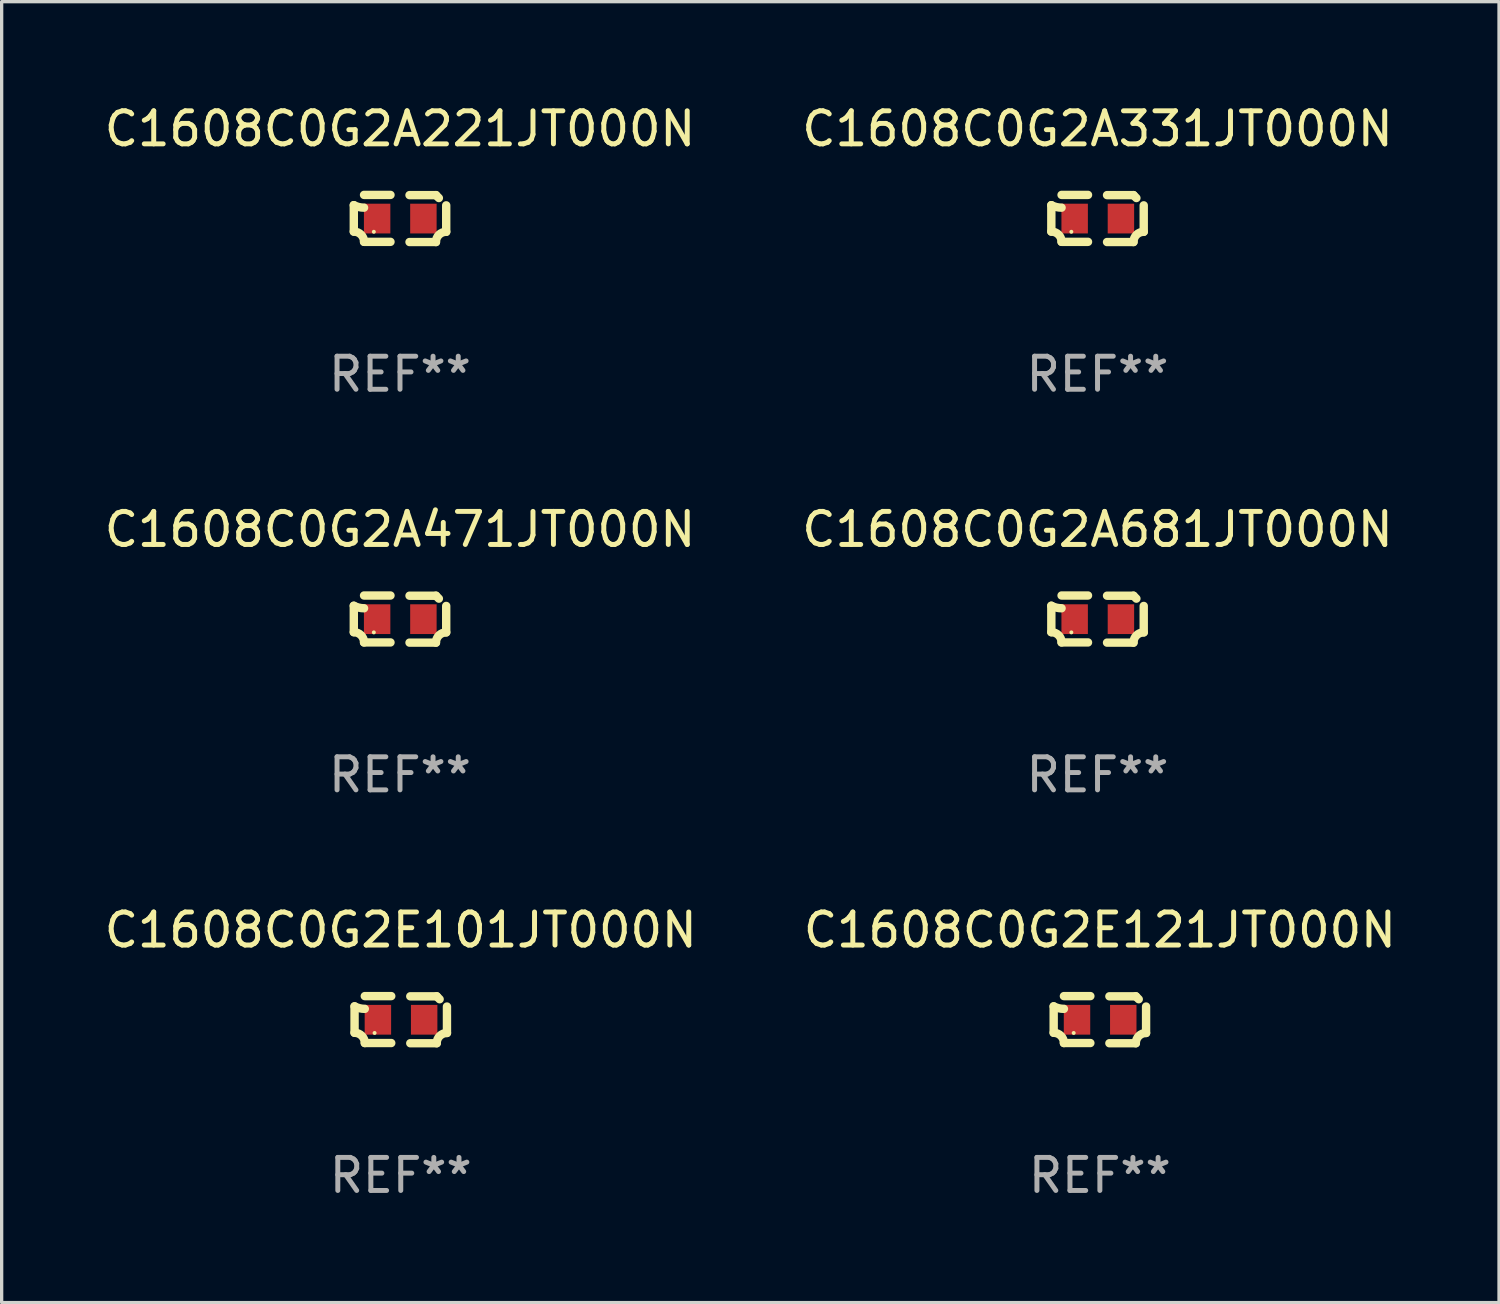
<source format=kicad_pcb>
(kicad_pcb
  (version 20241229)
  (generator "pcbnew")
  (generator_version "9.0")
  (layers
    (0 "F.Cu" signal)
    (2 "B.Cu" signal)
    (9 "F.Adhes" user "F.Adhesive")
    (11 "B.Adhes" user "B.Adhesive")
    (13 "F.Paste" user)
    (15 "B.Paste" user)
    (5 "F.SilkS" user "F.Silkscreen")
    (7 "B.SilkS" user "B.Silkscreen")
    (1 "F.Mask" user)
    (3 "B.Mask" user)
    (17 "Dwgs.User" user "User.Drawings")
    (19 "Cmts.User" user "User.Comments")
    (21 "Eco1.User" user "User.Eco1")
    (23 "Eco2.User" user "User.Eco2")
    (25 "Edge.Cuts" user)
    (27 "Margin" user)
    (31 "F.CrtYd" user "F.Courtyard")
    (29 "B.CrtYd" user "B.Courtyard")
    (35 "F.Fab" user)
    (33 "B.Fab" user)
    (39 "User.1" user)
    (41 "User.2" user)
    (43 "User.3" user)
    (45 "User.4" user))
  (footprint "C1608C0G2E121JT000N"
    (layer "F.Cu")
    (at 30.232 27.805)
    (property "Reference" "C1608C0G2E121JT000N" (at 0 -2.713 0) (layer "F.SilkS") (effects (font (size 1 1) (thickness 0.15))))
    (attr through_hole)
    (fp_line (start -1.398 -0.403) (end -1.398 0.397) (stroke (width 0.254) (type solid)) (layer "F.SilkS"))
    (fp_line (start -0.288 -0.713) (end -1.088 -0.713) (stroke (width 0.254) (type solid)) (layer "F.SilkS"))
    (fp_line (start -0.288 0.707) (end -1.088 0.707) (stroke (width 0.254) (type solid)) (layer "F.SilkS"))
    (fp_line (start 0.288 -0.707) (end 1.088 -0.707) (stroke (width 0.254) (type solid)) (layer "F.SilkS"))
    (fp_line (start 0.288 0.713) (end 1.088 0.713) (stroke (width 0.254) (type solid)) (layer "F.SilkS"))
    (fp_line (start 1.398 -0.397) (end 1.398 0.403) (stroke (width 0.254) (type solid)) (layer "F.SilkS"))
    (fp_arc (start -1.397789 0.397066) (mid -1.178701 0.487826) (end -1.08796 0.706922) (stroke (width 0.254001) (type solid)) (layer "F.SilkS"))
    (fp_arc (start -1.08796 -0.327176) (mid -1.247436 -0.346384) (end -1.39779 -0.402908) (stroke (width 0.254001) (type solid)) (layer "F.SilkS"))
    (fp_arc (start 1.087909 0.712738) (mid 1.178656 0.493655) (end 1.397739 0.402908) (stroke (width 0.254001) (type solid)) (layer "F.SilkS"))
    (fp_arc (start 1.175925 -0.618926) (mid 1.131917 -0.662923) (end 1.08791 -0.706922) (stroke (width 0.254001) (type solid)) (layer "F.SilkS"))
    (fp_circle (center -0.792 0.403) (end -0.762 0.403) (stroke (width 0.06) (type solid)) (fill no) (layer "F.SilkS"))
    (fp_text user "REF**" (at 0 4.713 0) (layer "F.Fab") (effects (font (size 1 1) (thickness 0.15))))
    (pad "1" smd rect (at -0.692 0.003) (size 0.8 0.9) (layers "F.Cu" "F.Mask" "F.Paste"))
    (pad "2" smd rect (at 0.708 0.003) (size 0.8 0.9) (layers "F.Cu" "F.Mask" "F.Paste")))
  (footprint "C1608C0G2A331JT000N"
    (layer "F.Cu")
    (at 30.161 3.561)
    (property "Reference" "C1608C0G2A331JT000N" (at 0 -2.713 0) (layer "F.SilkS") (effects (font (size 1 1) (thickness 0.15))))
    (attr through_hole)
    (fp_line (start -1.398 -0.403) (end -1.398 0.397) (stroke (width 0.254) (type solid)) (layer "F.SilkS"))
    (fp_line (start -0.288 -0.713) (end -1.088 -0.713) (stroke (width 0.254) (type solid)) (layer "F.SilkS"))
    (fp_line (start -0.288 0.707) (end -1.088 0.707) (stroke (width 0.254) (type solid)) (layer "F.SilkS"))
    (fp_line (start 0.288 -0.707) (end 1.088 -0.707) (stroke (width 0.254) (type solid)) (layer "F.SilkS"))
    (fp_line (start 0.288 0.713) (end 1.088 0.713) (stroke (width 0.254) (type solid)) (layer "F.SilkS"))
    (fp_line (start 1.398 -0.397) (end 1.398 0.403) (stroke (width 0.254) (type solid)) (layer "F.SilkS"))
    (fp_arc (start -1.397789 0.397066) (mid -1.178701 0.487826) (end -1.08796 0.706922) (stroke (width 0.254001) (type solid)) (layer "F.SilkS"))
    (fp_arc (start -1.08796 -0.327176) (mid -1.247436 -0.346384) (end -1.39779 -0.402908) (stroke (width 0.254001) (type solid)) (layer "F.SilkS"))
    (fp_arc (start 1.087909 0.712738) (mid 1.178656 0.493655) (end 1.397739 0.402908) (stroke (width 0.254001) (type solid)) (layer "F.SilkS"))
    (fp_arc (start 1.175925 -0.618926) (mid 1.131917 -0.662923) (end 1.08791 -0.706922) (stroke (width 0.254001) (type solid)) (layer "F.SilkS"))
    (fp_circle (center -0.792 0.403) (end -0.762 0.403) (stroke (width 0.06) (type solid)) (fill no) (layer "F.SilkS"))
    (fp_text user "REF**" (at 0 4.713 0) (layer "F.Fab") (effects (font (size 1 1) (thickness 0.15))))
    (pad "1" smd rect (at -0.692 0.003) (size 0.8 0.9) (layers "F.Cu" "F.Mask" "F.Paste"))
    (pad "2" smd rect (at 0.708 0.003) (size 0.8 0.9) (layers "F.Cu" "F.Mask" "F.Paste")))
  (footprint "C1608C0G2A681JT000N"
    (layer "F.Cu")
    (at 30.161 15.683)
    (property "Reference" "C1608C0G2A681JT000N" (at 0 -2.713 0) (layer "F.SilkS") (effects (font (size 1 1) (thickness 0.15))))
    (attr through_hole)
    (fp_line (start -1.398 -0.403) (end -1.398 0.397) (stroke (width 0.254) (type solid)) (layer "F.SilkS"))
    (fp_line (start -0.288 -0.713) (end -1.088 -0.713) (stroke (width 0.254) (type solid)) (layer "F.SilkS"))
    (fp_line (start -0.288 0.707) (end -1.088 0.707) (stroke (width 0.254) (type solid)) (layer "F.SilkS"))
    (fp_line (start 0.288 -0.707) (end 1.088 -0.707) (stroke (width 0.254) (type solid)) (layer "F.SilkS"))
    (fp_line (start 0.288 0.713) (end 1.088 0.713) (stroke (width 0.254) (type solid)) (layer "F.SilkS"))
    (fp_line (start 1.398 -0.397) (end 1.398 0.403) (stroke (width 0.254) (type solid)) (layer "F.SilkS"))
    (fp_arc (start -1.397789 0.397066) (mid -1.178701 0.487826) (end -1.08796 0.706922) (stroke (width 0.254001) (type solid)) (layer "F.SilkS"))
    (fp_arc (start -1.08796 -0.327176) (mid -1.247436 -0.346384) (end -1.39779 -0.402908) (stroke (width 0.254001) (type solid)) (layer "F.SilkS"))
    (fp_arc (start 1.087909 0.712738) (mid 1.178656 0.493655) (end 1.397739 0.402908) (stroke (width 0.254001) (type solid)) (layer "F.SilkS"))
    (fp_arc (start 1.175925 -0.618926) (mid 1.131917 -0.662923) (end 1.08791 -0.706922) (stroke (width 0.254001) (type solid)) (layer "F.SilkS"))
    (fp_circle (center -0.792 0.403) (end -0.762 0.403) (stroke (width 0.06) (type solid)) (fill no) (layer "F.SilkS"))
    (fp_text user "REF**" (at 0 4.713 0) (layer "F.Fab") (effects (font (size 1 1) (thickness 0.15))))
    (pad "1" smd rect (at -0.692 0.003) (size 0.8 0.9) (layers "F.Cu" "F.Mask" "F.Paste"))
    (pad "2" smd rect (at 0.708 0.003) (size 0.8 0.9) (layers "F.Cu" "F.Mask" "F.Paste")))
  (footprint "C1608C0G2A471JT000N"
    (layer "F.Cu")
    (at 9.054 15.683)
    (property "Reference" "C1608C0G2A471JT000N" (at 0 -2.713 0) (layer "F.SilkS") (effects (font (size 1 1) (thickness 0.15))))
    (attr through_hole)
    (fp_line (start -1.398 -0.403) (end -1.398 0.397) (stroke (width 0.254) (type solid)) (layer "F.SilkS"))
    (fp_line (start -0.288 -0.713) (end -1.088 -0.713) (stroke (width 0.254) (type solid)) (layer "F.SilkS"))
    (fp_line (start -0.288 0.707) (end -1.088 0.707) (stroke (width 0.254) (type solid)) (layer "F.SilkS"))
    (fp_line (start 0.288 -0.707) (end 1.088 -0.707) (stroke (width 0.254) (type solid)) (layer "F.SilkS"))
    (fp_line (start 0.288 0.713) (end 1.088 0.713) (stroke (width 0.254) (type solid)) (layer "F.SilkS"))
    (fp_line (start 1.398 -0.397) (end 1.398 0.403) (stroke (width 0.254) (type solid)) (layer "F.SilkS"))
    (fp_arc (start -1.397789 0.397066) (mid -1.178701 0.487826) (end -1.08796 0.706922) (stroke (width 0.254001) (type solid)) (layer "F.SilkS"))
    (fp_arc (start -1.08796 -0.327176) (mid -1.247436 -0.346384) (end -1.39779 -0.402908) (stroke (width 0.254001) (type solid)) (layer "F.SilkS"))
    (fp_arc (start 1.087909 0.712738) (mid 1.178656 0.493655) (end 1.397739 0.402908) (stroke (width 0.254001) (type solid)) (layer "F.SilkS"))
    (fp_arc (start 1.175925 -0.618926) (mid 1.131917 -0.662923) (end 1.08791 -0.706922) (stroke (width 0.254001) (type solid)) (layer "F.SilkS"))
    (fp_circle (center -0.792 0.403) (end -0.762 0.403) (stroke (width 0.06) (type solid)) (fill no) (layer "F.SilkS"))
    (fp_text user "REF**" (at 0 4.713 0) (layer "F.Fab") (effects (font (size 1 1) (thickness 0.15))))
    (pad "1" smd rect (at -0.692 0.003) (size 0.8 0.9) (layers "F.Cu" "F.Mask" "F.Paste"))
    (pad "2" smd rect (at 0.708 0.003) (size 0.8 0.9) (layers "F.Cu" "F.Mask" "F.Paste")))
  (footprint "C1608C0G2E101JT000N"
    (layer "F.Cu")
    (at 9.077 27.805)
    (property "Reference" "C1608C0G2E101JT000N" (at 0 -2.713 0) (layer "F.SilkS") (effects (font (size 1 1) (thickness 0.15))))
    (attr through_hole)
    (fp_line (start -1.398 -0.403) (end -1.398 0.397) (stroke (width 0.254) (type solid)) (layer "F.SilkS"))
    (fp_line (start -0.288 -0.713) (end -1.088 -0.713) (stroke (width 0.254) (type solid)) (layer "F.SilkS"))
    (fp_line (start -0.288 0.707) (end -1.088 0.707) (stroke (width 0.254) (type solid)) (layer "F.SilkS"))
    (fp_line (start 0.288 -0.707) (end 1.088 -0.707) (stroke (width 0.254) (type solid)) (layer "F.SilkS"))
    (fp_line (start 0.288 0.713) (end 1.088 0.713) (stroke (width 0.254) (type solid)) (layer "F.SilkS"))
    (fp_line (start 1.398 -0.397) (end 1.398 0.403) (stroke (width 0.254) (type solid)) (layer "F.SilkS"))
    (fp_arc (start -1.397789 0.397066) (mid -1.178701 0.487826) (end -1.08796 0.706922) (stroke (width 0.254001) (type solid)) (layer "F.SilkS"))
    (fp_arc (start -1.08796 -0.327176) (mid -1.247436 -0.346384) (end -1.39779 -0.402908) (stroke (width 0.254001) (type solid)) (layer "F.SilkS"))
    (fp_arc (start 1.087909 0.712738) (mid 1.178656 0.493655) (end 1.397739 0.402908) (stroke (width 0.254001) (type solid)) (layer "F.SilkS"))
    (fp_arc (start 1.175925 -0.618926) (mid 1.131917 -0.662923) (end 1.08791 -0.706922) (stroke (width 0.254001) (type solid)) (layer "F.SilkS"))
    (fp_circle (center -0.792 0.403) (end -0.762 0.403) (stroke (width 0.06) (type solid)) (fill no) (layer "F.SilkS"))
    (fp_text user "REF**" (at 0 4.713 0) (layer "F.Fab") (effects (font (size 1 1) (thickness 0.15))))
    (pad "1" smd rect (at -0.692 0.003) (size 0.8 0.9) (layers "F.Cu" "F.Mask" "F.Paste"))
    (pad "2" smd rect (at 0.708 0.003) (size 0.8 0.9) (layers "F.Cu" "F.Mask" "F.Paste")))
  (footprint "C1608C0G2A221JT000N"
    (layer "F.Cu")
    (at 9.054 3.561)
    (property "Reference" "C1608C0G2A221JT000N" (at 0 -2.713 0) (layer "F.SilkS") (effects (font (size 1 1) (thickness 0.15))))
    (attr through_hole)
    (fp_line (start -1.398 -0.403) (end -1.398 0.397) (stroke (width 0.254) (type solid)) (layer "F.SilkS"))
    (fp_line (start -0.288 -0.713) (end -1.088 -0.713) (stroke (width 0.254) (type solid)) (layer "F.SilkS"))
    (fp_line (start -0.288 0.707) (end -1.088 0.707) (stroke (width 0.254) (type solid)) (layer "F.SilkS"))
    (fp_line (start 0.288 -0.707) (end 1.088 -0.707) (stroke (width 0.254) (type solid)) (layer "F.SilkS"))
    (fp_line (start 0.288 0.713) (end 1.088 0.713) (stroke (width 0.254) (type solid)) (layer "F.SilkS"))
    (fp_line (start 1.398 -0.397) (end 1.398 0.403) (stroke (width 0.254) (type solid)) (layer "F.SilkS"))
    (fp_arc (start -1.397789 0.397066) (mid -1.178701 0.487826) (end -1.08796 0.706922) (stroke (width 0.254001) (type solid)) (layer "F.SilkS"))
    (fp_arc (start -1.08796 -0.327176) (mid -1.247436 -0.346384) (end -1.39779 -0.402908) (stroke (width 0.254001) (type solid)) (layer "F.SilkS"))
    (fp_arc (start 1.087909 0.712738) (mid 1.178656 0.493655) (end 1.397739 0.402908) (stroke (width 0.254001) (type solid)) (layer "F.SilkS"))
    (fp_arc (start 1.175925 -0.618926) (mid 1.131917 -0.662923) (end 1.08791 -0.706922) (stroke (width 0.254001) (type solid)) (layer "F.SilkS"))
    (fp_circle (center -0.792 0.403) (end -0.762 0.403) (stroke (width 0.06) (type solid)) (fill no) (layer "F.SilkS"))
    (fp_text user "REF**" (at 0 4.713 0) (layer "F.Fab") (effects (font (size 1 1) (thickness 0.15))))
    (pad "1" smd rect (at -0.692 0.003) (size 0.8 0.9) (layers "F.Cu" "F.Mask" "F.Paste"))
    (pad "2" smd rect (at 0.708 0.003) (size 0.8 0.9) (layers "F.Cu" "F.Mask" "F.Paste")))
  (gr_rect
    (start -3 -3)
    (end 42.31 36.366)
    (stroke (width 0.1) (type default))
    (fill no)
    (layer "Edge.Cuts")))
</source>
